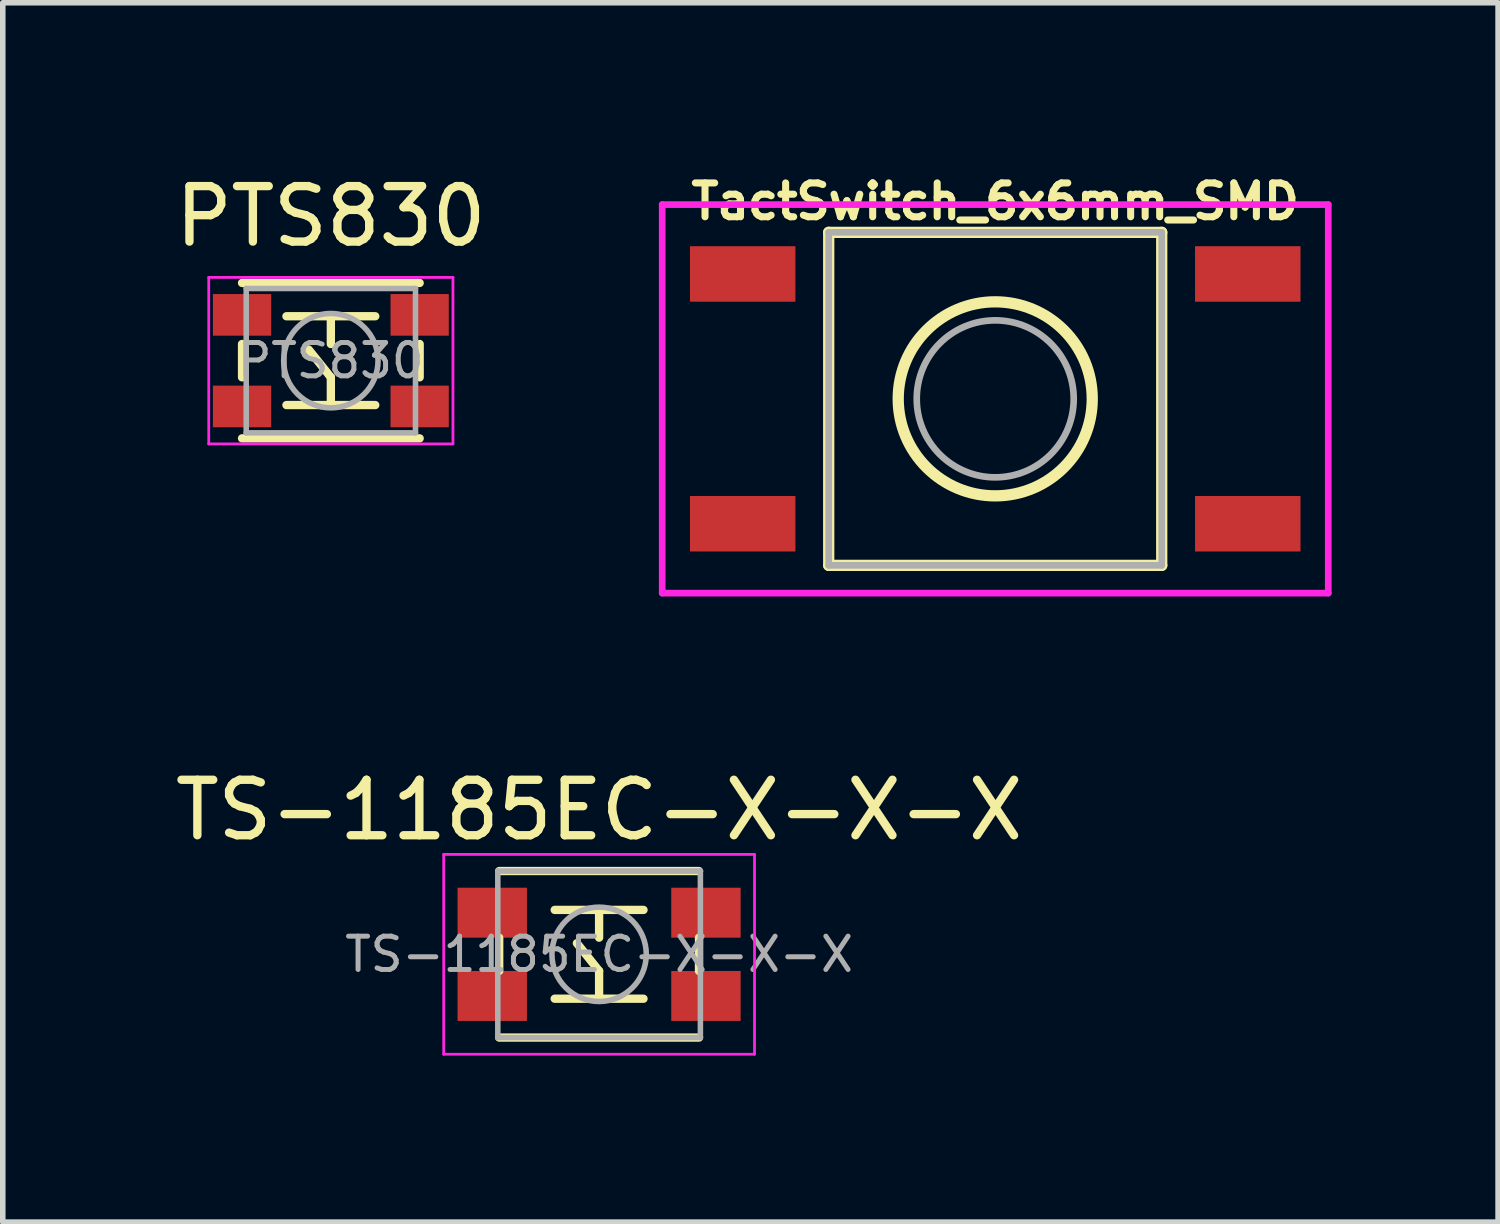
<source format=kicad_pcb>
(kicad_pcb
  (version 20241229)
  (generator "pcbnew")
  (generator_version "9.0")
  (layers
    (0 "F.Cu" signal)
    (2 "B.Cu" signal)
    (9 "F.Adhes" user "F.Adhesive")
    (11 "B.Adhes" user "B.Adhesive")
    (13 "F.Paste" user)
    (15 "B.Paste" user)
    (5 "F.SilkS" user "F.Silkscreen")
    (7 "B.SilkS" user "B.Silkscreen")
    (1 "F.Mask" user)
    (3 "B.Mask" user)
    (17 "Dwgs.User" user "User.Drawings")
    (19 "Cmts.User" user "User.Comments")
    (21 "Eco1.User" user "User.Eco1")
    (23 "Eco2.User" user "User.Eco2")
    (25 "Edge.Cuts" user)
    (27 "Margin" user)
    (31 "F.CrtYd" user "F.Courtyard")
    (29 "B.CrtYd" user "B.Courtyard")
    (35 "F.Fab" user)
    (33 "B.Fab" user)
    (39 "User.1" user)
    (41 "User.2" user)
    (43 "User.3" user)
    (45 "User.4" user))
  (footprint "TS-1185EC-X-X-X"
    (layer "F.Cu")
    (at 7.744 14.144)
    (property "Reference" "TS-1185EC-X-X-X" (at 0 -2.6 0) (layer "F.SilkS") (effects (font (size 1 1) (thickness 0.15))))
    (attr smd)
    (fp_line (start -1.8 -1.5) (end 1.8 -1.5) (stroke (width 0.15) (type solid)) (layer "F.SilkS"))
    (fp_line (start -1.8 -0.3) (end -1.8 0.3) (stroke (width 0.15) (type solid)) (layer "F.SilkS"))
    (fp_line (start -0.8 -0.8) (end 0.8 -0.8) (stroke (width 0.15) (type solid)) (layer "F.SilkS"))
    (fp_line (start -0.8 0.8) (end 0.8 0.8) (stroke (width 0.15) (type solid)) (layer "F.SilkS"))
    (fp_line (start 0 -0.8) (end 0 -0.3) (stroke (width 0.15) (type solid)) (layer "F.SilkS"))
    (fp_line (start 0 0.3) (end -0.4 -0.2) (stroke (width 0.15) (type solid)) (layer "F.SilkS"))
    (fp_line (start 0 0.8) (end 0 0.3) (stroke (width 0.15) (type solid)) (layer "F.SilkS"))
    (fp_line (start 1.8 -0.3) (end 1.8 0.3) (stroke (width 0.15) (type solid)) (layer "F.SilkS"))
    (fp_line (start 1.8 1.5) (end -1.8 1.5) (stroke (width 0.15) (type solid)) (layer "F.SilkS"))
    (fp_line (start -2.8 -1.8) (end 2.8 -1.8) (stroke (width 0.05) (type solid)) (layer "F.CrtYd"))
    (fp_line (start -2.8 1.8) (end -2.8 -1.8) (stroke (width 0.05) (type solid)) (layer "F.CrtYd"))
    (fp_line (start 2.8 -1.8) (end 2.8 1.8) (stroke (width 0.05) (type solid)) (layer "F.CrtYd"))
    (fp_line (start 2.8 1.8) (end -2.8 1.8) (stroke (width 0.05) (type solid)) (layer "F.CrtYd"))
    (fp_line (start -1.825 -1.5) (end -1.825 1.5) (stroke (width 0.1) (type solid)) (layer "F.Fab"))
    (fp_line (start -1.825 1.5) (end 1.825 1.5) (stroke (width 0.1) (type solid)) (layer "F.Fab"))
    (fp_line (start 1.825 -1.5) (end -1.825 -1.5) (stroke (width 0.1) (type solid)) (layer "F.Fab"))
    (fp_line (start 1.825 1.5) (end 1.825 -1.5) (stroke (width 0.1) (type solid)) (layer "F.Fab"))
    (fp_circle (center 0 0) (end 0.85 0) (stroke (width 0.1) (type solid)) (fill no) (layer "F.Fab"))
    (fp_text user "${REFERENCE}" (at 0 0 0) (layer "F.Fab") (effects (font (size 0.6 0.6) (thickness 0.09))))
    (pad "1" smd rect (at -1.925 -0.75) (size 1.25 0.9) (layers "F.Cu" "F.Mask" "F.Paste"))
    (pad "1" smd rect (at 1.925 -0.75) (size 1.25 0.9) (layers "F.Cu" "F.Mask" "F.Paste"))
    (pad "2" smd rect (at -1.925 0.75) (size 1.25 0.9) (layers "F.Cu" "F.Mask" "F.Paste"))
    (pad "2" smd rect (at 1.925 0.75) (size 1.25 0.9) (layers "F.Cu" "F.Mask" "F.Paste")))
  (footprint "PTS830"
    (layer "F.Cu")
    (at 2.911 3.448)
    (property "Reference" "PTS830" (at 0 -2.6 0) (layer "F.SilkS") (effects (font (size 1 1) (thickness 0.15))))
    (attr smd)
    (fp_line (start -1.6 -1.4) (end 1.6 -1.4) (stroke (width 0.15) (type solid)) (layer "F.SilkS"))
    (fp_line (start -1.6 -0.3) (end -1.6 0.3) (stroke (width 0.15) (type solid)) (layer "F.SilkS"))
    (fp_line (start -0.8 -0.8) (end 0.8 -0.8) (stroke (width 0.15) (type solid)) (layer "F.SilkS"))
    (fp_line (start -0.8 0.8) (end 0.8 0.8) (stroke (width 0.15) (type solid)) (layer "F.SilkS"))
    (fp_line (start 0 -0.8) (end 0 -0.3) (stroke (width 0.15) (type solid)) (layer "F.SilkS"))
    (fp_line (start 0 0.3) (end -0.4 -0.2) (stroke (width 0.15) (type solid)) (layer "F.SilkS"))
    (fp_line (start 0 0.8) (end 0 0.3) (stroke (width 0.15) (type solid)) (layer "F.SilkS"))
    (fp_line (start 1.6 -0.3) (end 1.6 0.3) (stroke (width 0.15) (type solid)) (layer "F.SilkS"))
    (fp_line (start 1.6 1.4) (end -1.6 1.4) (stroke (width 0.15) (type solid)) (layer "F.SilkS"))
    (fp_line (start -2.2 -1.5) (end 2.2 -1.5) (stroke (width 0.05) (type solid)) (layer "F.CrtYd"))
    (fp_line (start -2.2 1.5) (end -2.2 -1.5) (stroke (width 0.05) (type solid)) (layer "F.CrtYd"))
    (fp_line (start 2.2 -1.5) (end 2.2 1.5) (stroke (width 0.05) (type solid)) (layer "F.CrtYd"))
    (fp_line (start 2.2 1.5) (end -2.2 1.5) (stroke (width 0.05) (type solid)) (layer "F.CrtYd"))
    (fp_line (start -1.525 -1.3) (end -1.525 1.3) (stroke (width 0.1) (type solid)) (layer "F.Fab"))
    (fp_line (start -1.525 1.3) (end 1.525 1.3) (stroke (width 0.1) (type solid)) (layer "F.Fab"))
    (fp_line (start 1.525 -1.3) (end -1.525 -1.3) (stroke (width 0.1) (type solid)) (layer "F.Fab"))
    (fp_line (start 1.525 1.3) (end 1.525 -1.3) (stroke (width 0.1) (type solid)) (layer "F.Fab"))
    (fp_circle (center 0 0) (end 0.85 0) (stroke (width 0.1) (type solid)) (fill no) (layer "F.Fab"))
    (fp_text user "${REFERENCE}" (at 0 0 0) (layer "F.Fab") (effects (font (size 0.6 0.6) (thickness 0.09))))
    (pad "1" smd rect (at -1.6 -0.825) (size 1.05 0.75) (layers "F.Cu" "F.Mask" "F.Paste"))
    (pad "1" smd rect (at 1.6 -0.825) (size 1.05 0.75) (layers "F.Cu" "F.Mask" "F.Paste"))
    (pad "2" smd rect (at -1.6 0.825) (size 1.05 0.75) (layers "F.Cu" "F.Mask" "F.Paste"))
    (pad "2" smd rect (at 1.6 0.825) (size 1.05 0.75) (layers "F.Cu" "F.Mask" "F.Paste")))
  (footprint "TactSwitch_6x6mm_SMD"
    (layer "F.Cu")
    (at 14.881 4.136)
    (property "Reference" "TactSwitch_6x6mm_SMD" (at 0 -3.556 0) (layer "F.SilkS") (effects (font (size 0.61 0.61) (thickness 0.127))))
    (attr smd)
    (fp_line (start -3 -3) (end -3 3) (stroke (width 0.203) (type solid)) (layer "F.SilkS"))
    (fp_line (start -3 3) (end 3 3) (stroke (width 0.203) (type solid)) (layer "F.SilkS"))
    (fp_line (start 3 -3) (end -3 -3) (stroke (width 0.203) (type solid)) (layer "F.SilkS"))
    (fp_line (start 3 3) (end 3 -3) (stroke (width 0.203) (type solid)) (layer "F.SilkS"))
    (fp_circle (center 0 0) (end 0 -1.748) (stroke (width 0.203) (type solid)) (fill no) (layer "F.SilkS"))
    (fp_line (start -6 -3.5) (end 6 -3.5) (stroke (width 0.12) (type solid)) (layer "F.CrtYd"))
    (fp_line (start -6 3.5) (end -6 -3.5) (stroke (width 0.12) (type solid)) (layer "F.CrtYd"))
    (fp_line (start 6 -3.5) (end 6 3.5) (stroke (width 0.12) (type solid)) (layer "F.CrtYd"))
    (fp_line (start 6 3.5) (end -6 3.5) (stroke (width 0.12) (type solid)) (layer "F.CrtYd"))
    (fp_line (start -3 -3) (end 3 -3) (stroke (width 0.12) (type solid)) (layer "F.Fab"))
    (fp_line (start -3 3) (end -3 -3) (stroke (width 0.12) (type solid)) (layer "F.Fab"))
    (fp_line (start 3 -3) (end 3 3) (stroke (width 0.12) (type solid)) (layer "F.Fab"))
    (fp_line (start 3 3) (end -3 3) (stroke (width 0.12) (type solid)) (layer "F.Fab"))
    (fp_circle (center 0 0) (end 1 1) (stroke (width 0.12) (type solid)) (fill no) (layer "F.Fab"))
    (pad "1" smd rect (at -4.55 -2.25 180) (size 1.9 1) (layers "F.Cu" "F.Mask" "F.Paste"))
    (pad "1" smd rect (at 4.55 -2.25 180) (size 1.9 1) (layers "F.Cu" "F.Mask" "F.Paste"))
    (pad "2" smd rect (at -4.55 2.25) (size 1.9 1) (layers "F.Cu" "F.Mask" "F.Paste"))
    (pad "2" smd rect (at 4.55 2.25) (size 1.9 1) (layers "F.Cu" "F.Mask" "F.Paste")))
  (gr_rect
    (start -3 -3)
    (end 23.941 18.969)
    (stroke (width 0.1) (type default))
    (fill no)
    (layer "Edge.Cuts")))
</source>
